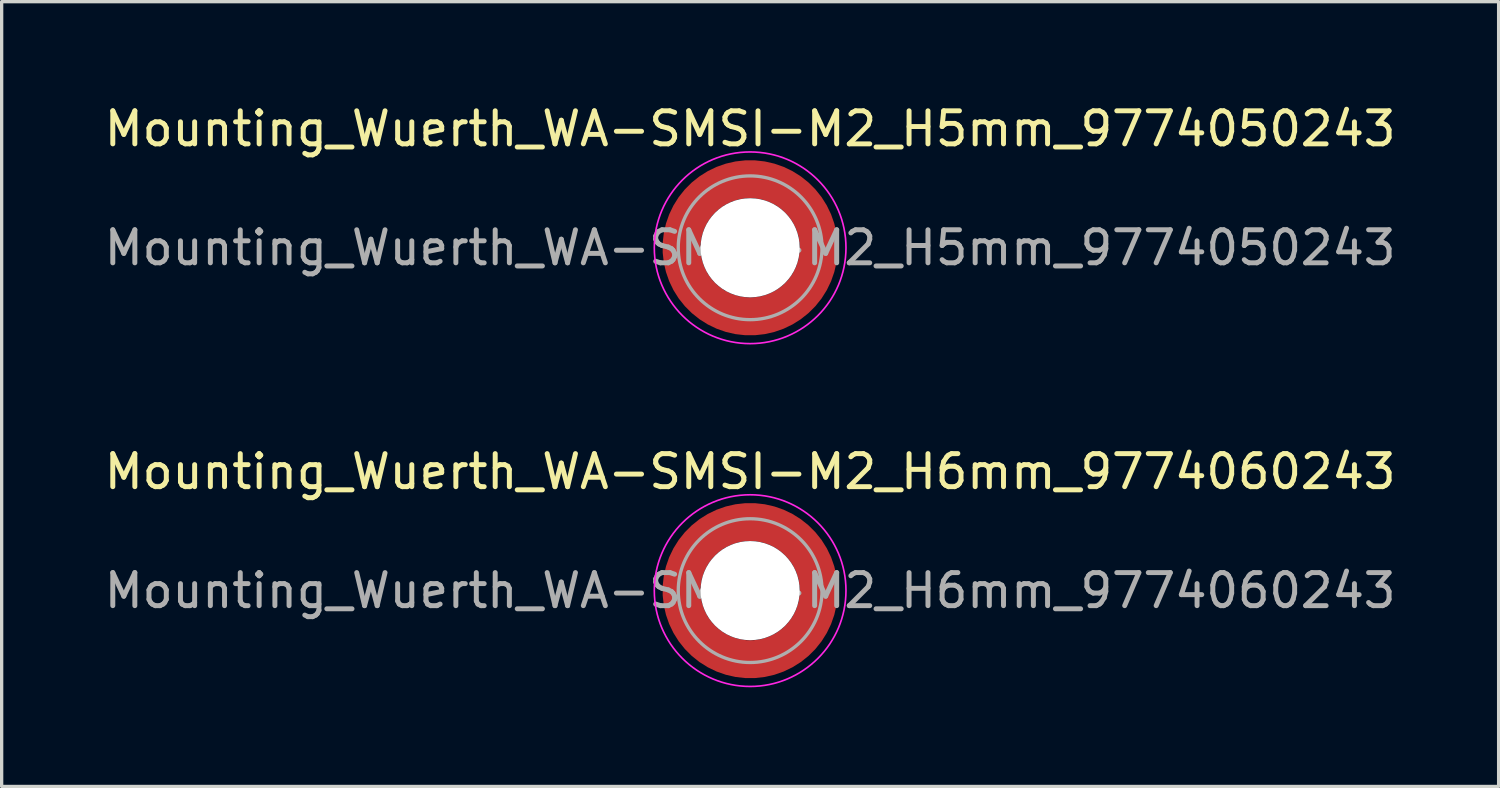
<source format=kicad_pcb>
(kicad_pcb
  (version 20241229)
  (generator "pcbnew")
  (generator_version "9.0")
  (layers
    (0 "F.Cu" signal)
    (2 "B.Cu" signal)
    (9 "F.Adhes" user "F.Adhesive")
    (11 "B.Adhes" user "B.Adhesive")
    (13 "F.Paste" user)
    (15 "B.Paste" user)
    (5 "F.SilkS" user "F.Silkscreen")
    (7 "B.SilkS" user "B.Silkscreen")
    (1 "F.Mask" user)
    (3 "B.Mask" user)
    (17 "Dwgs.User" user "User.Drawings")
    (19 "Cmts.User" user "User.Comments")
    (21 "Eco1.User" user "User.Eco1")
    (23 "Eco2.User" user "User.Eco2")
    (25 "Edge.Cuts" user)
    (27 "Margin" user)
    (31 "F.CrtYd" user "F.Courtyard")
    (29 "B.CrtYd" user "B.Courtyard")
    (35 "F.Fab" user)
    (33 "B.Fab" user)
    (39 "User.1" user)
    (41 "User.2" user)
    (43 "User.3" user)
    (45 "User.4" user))
  (footprint "Mounting_Wuerth_WA-SMSI-M2_H6mm_9774060243"
    (layer "F.Cu")
    (at 19.649 14.822)
    (property "Reference" "Mounting_Wuerth_WA-SMSI-M2_H6mm_9774060243" (at 0 -3.6 0) (layer "F.SilkS") (effects (font (size 1 1) (thickness 0.15))))
    (attr smd)
    (fp_circle (center 0 0) (end 2.9 0) (stroke (width 0.05) (type solid)) (fill no) (layer "F.CrtYd"))
    (fp_circle (center 0 0) (end 2.175 0) (stroke (width 0.1) (type solid)) (fill no) (layer "F.Fab"))
    (fp_text user "${REFERENCE}" (at 0 0 0) (layer "F.Fab") (effects (font (size 1 1) (thickness 0.15))))
    (pad "" smd custom (at -1.453 -1.453) (size 0.61 0.61) (layers "F.Paste") (options (anchor circle)) (primitives (gr_arc (start -0.147677 1.053104) (mid 0.285964 0.286792) (end 1.051968 -0.147393) (width 0.2)) (gr_arc (start -0.240295 1.053104) (mid 0.22253 0.222946) (end 1.052531 -0.24016) (width 0.2)) (gr_arc (start -0.332645 1.053104) (mid 0.158548 0.15965) (end 1.051583 -0.332304) (width 0.2)) (gr_arc (start -0.424767 1.053104) (mid 0.09486 0.096059) (end 1.051446 -0.424413) (width 0.2)) (gr_arc (start -0.516693 1.053104) (mid 0.031293 0.032346) (end 1.051645 -0.516396) (width 0.2)) (gr_arc (start -0.608448 1.053104) (mid -0.032323 -0.031316) (end 1.051707 -0.608176) (width 0.2)) (gr_arc (start -0.700056 1.053104) (mid -0.09616 -0.094758) (end 1.051155 -0.699693) (width 0.2)) (gr_arc (start -0.791534 1.053104) (mid -0.160388 -0.15781) (end 1.049515 -0.790891) (width 0.2)) (gr_arc (start -0.882896 1.053104) (mid -0.223713 -0.221764) (end 1.050388 -0.882429) (width 0.2)) (gr_arc (start -0.974157 1.053104) (mid -0.287654 -0.2851) (end 1.049541 -0.973566) (width 0.2)) (gr_line (start 1.053 -0.148) (end 1.053 -0.974) (width 0.2)) (gr_line (start -0.148 1.053) (end -0.974 1.053) (width 0.2))))
    (pad "" smd custom (at -1.453 1.453) (size 0.61 0.61) (layers "F.Paste") (options (anchor circle)) (primitives (gr_arc (start 1.053104 0.147677) (mid 0.286792 -0.285964) (end -0.147393 -1.051968) (width 0.2)) (gr_arc (start 1.053104 0.240295) (mid 0.222946 -0.22253) (end -0.24016 -1.052531) (width 0.2)) (gr_arc (start 1.053104 0.332645) (mid 0.15965 -0.158548) (end -0.332304 -1.051583) (width 0.2)) (gr_arc (start 1.053104 0.424767) (mid 0.096059 -0.09486) (end -0.424413 -1.051446) (width 0.2)) (gr_arc (start 1.053104 0.516693) (mid 0.032346 -0.031293) (end -0.516396 -1.051645) (width 0.2)) (gr_arc (start 1.053104 0.608448) (mid -0.031316 0.032323) (end -0.608176 -1.051707) (width 0.2)) (gr_arc (start 1.053104 0.700056) (mid -0.094758 0.09616) (end -0.699693 -1.051155) (width 0.2)) (gr_arc (start 1.053104 0.791534) (mid -0.15781 0.160388) (end -0.790891 -1.049515) (width 0.2)) (gr_arc (start 1.053104 0.882896) (mid -0.221765 0.223713) (end -0.882429 -1.050388) (width 0.2)) (gr_arc (start 1.053104 0.974157) (mid -0.2851 0.287654) (end -0.973566 -1.049541) (width 0.2)) (gr_line (start -0.148 -1.053) (end -0.974 -1.053) (width 0.2)) (gr_line (start 1.053 0.148) (end 1.053 0.974) (width 0.2))))
    (pad "" np_thru_hole circle (at 0 0) (size 3 3) (drill 3) (layers "*.Cu" "*.Mask"))
    (pad "" smd custom (at 1.453 -1.453) (size 0.61 0.61) (layers "F.Paste") (options (anchor circle)) (primitives (gr_arc (start -1.053104 -0.147677) (mid -0.286792 0.285964) (end 0.147393 1.051968) (width 0.2)) (gr_arc (start -1.053104 -0.240295) (mid -0.222946 0.22253) (end 0.24016 1.052531) (width 0.2)) (gr_arc (start -1.053104 -0.332645) (mid -0.15965 0.158548) (end 0.332304 1.051583) (width 0.2)) (gr_arc (start -1.053104 -0.424767) (mid -0.096059 0.09486) (end 0.424413 1.051446) (width 0.2)) (gr_arc (start -1.053104 -0.516693) (mid -0.032346 0.031293) (end 0.516396 1.051645) (width 0.2)) (gr_arc (start -1.053104 -0.608448) (mid 0.031316 -0.032323) (end 0.608176 1.051707) (width 0.2)) (gr_arc (start -1.053104 -0.700056) (mid 0.094758 -0.09616) (end 0.699693 1.051155) (width 0.2)) (gr_arc (start -1.053104 -0.791534) (mid 0.15781 -0.160388) (end 0.790891 1.049515) (width 0.2)) (gr_arc (start -1.053104 -0.882896) (mid 0.221764 -0.223713) (end 0.882429 1.050388) (width 0.2)) (gr_arc (start -1.053104 -0.974157) (mid 0.2851 -0.287654) (end 0.973566 1.049541) (width 0.2)) (gr_line (start 0.148 1.053) (end 0.974 1.053) (width 0.2)) (gr_line (start -1.053 -0.148) (end -1.053 -0.974) (width 0.2))))
    (pad "" smd custom (at 1.453 1.453) (size 0.61 0.61) (layers "F.Paste") (options (anchor circle)) (primitives (gr_arc (start 0.147677 -1.053104) (mid -0.285964 -0.286792) (end -1.051968 0.147393) (width 0.2)) (gr_arc (start 0.240295 -1.053104) (mid -0.22253 -0.222946) (end -1.052531 0.24016) (width 0.2)) (gr_arc (start 0.332645 -1.053104) (mid -0.158548 -0.15965) (end -1.051583 0.332304) (width 0.2)) (gr_arc (start 0.424767 -1.053104) (mid -0.09486 -0.096059) (end -1.051446 0.424413) (width 0.2)) (gr_arc (start 0.516693 -1.053104) (mid -0.031293 -0.032346) (end -1.051645 0.516396) (width 0.2)) (gr_arc (start 0.608448 -1.053104) (mid 0.032323 0.031316) (end -1.051707 0.608176) (width 0.2)) (gr_arc (start 0.700056 -1.053104) (mid 0.09616 0.094758) (end -1.051155 0.699693) (width 0.2)) (gr_arc (start 0.791534 -1.053104) (mid 0.160388 0.15781) (end -1.049515 0.790891) (width 0.2)) (gr_arc (start 0.882896 -1.053104) (mid 0.223713 0.221764) (end -1.050388 0.882429) (width 0.2)) (gr_arc (start 0.974157 -1.053104) (mid 0.287654 0.2851) (end -1.049541 0.973566) (width 0.2)) (gr_line (start -1.053 0.148) (end -1.053 0.974) (width 0.2)) (gr_line (start 0.148 -1.053) (end 0.974 -1.053) (width 0.2))))
    (pad "1" smd circle (at -2.075 0) (size 0.75 0.75) (layers "F.Cu"))
    (pad "1" smd circle (at 0 -2.075) (size 0.75 0.75) (layers "F.Cu"))
    (pad "1" smd circle (at 0 2.075) (size 0.75 0.75) (layers "F.Cu"))
    (pad "1" smd custom (at 2.075 0) (size 0.75 0.75) (layers "F.Cu" "F.Mask") (options (anchor circle)) (primitives (gr_circle (center -2.075 0) (end 0 0) (width 1.15) (fill no)))))
  (footprint "Mounting_Wuerth_WA-SMSI-M2_H5mm_9774050243"
    (layer "F.Cu")
    (at 19.649 4.448)
    (property "Reference" "Mounting_Wuerth_WA-SMSI-M2_H5mm_9774050243" (at 0 -3.6 0) (layer "F.SilkS") (effects (font (size 1 1) (thickness 0.15))))
    (attr smd)
    (fp_circle (center 0 0) (end 2.9 0) (stroke (width 0.05) (type solid)) (fill no) (layer "F.CrtYd"))
    (fp_circle (center 0 0) (end 2.175 0) (stroke (width 0.1) (type solid)) (fill no) (layer "F.Fab"))
    (fp_text user "${REFERENCE}" (at 0 0 0) (layer "F.Fab") (effects (font (size 1 1) (thickness 0.15))))
    (pad "" smd custom (at -1.453 -1.453) (size 0.61 0.61) (layers "F.Paste") (options (anchor circle)) (primitives (gr_arc (start -0.147677 1.053104) (mid 0.285964 0.286792) (end 1.051968 -0.147393) (width 0.2)) (gr_arc (start -0.240295 1.053104) (mid 0.22253 0.222946) (end 1.052531 -0.24016) (width 0.2)) (gr_arc (start -0.332645 1.053104) (mid 0.158548 0.15965) (end 1.051583 -0.332304) (width 0.2)) (gr_arc (start -0.424767 1.053104) (mid 0.09486 0.096059) (end 1.051446 -0.424413) (width 0.2)) (gr_arc (start -0.516693 1.053104) (mid 0.031293 0.032346) (end 1.051645 -0.516396) (width 0.2)) (gr_arc (start -0.608448 1.053104) (mid -0.032323 -0.031316) (end 1.051707 -0.608176) (width 0.2)) (gr_arc (start -0.700056 1.053104) (mid -0.09616 -0.094758) (end 1.051155 -0.699693) (width 0.2)) (gr_arc (start -0.791534 1.053104) (mid -0.160388 -0.15781) (end 1.049515 -0.790891) (width 0.2)) (gr_arc (start -0.882896 1.053104) (mid -0.223713 -0.221764) (end 1.050388 -0.882429) (width 0.2)) (gr_arc (start -0.974157 1.053104) (mid -0.287654 -0.2851) (end 1.049541 -0.973566) (width 0.2)) (gr_line (start 1.053 -0.148) (end 1.053 -0.974) (width 0.2)) (gr_line (start -0.148 1.053) (end -0.974 1.053) (width 0.2))))
    (pad "" smd custom (at -1.453 1.453) (size 0.61 0.61) (layers "F.Paste") (options (anchor circle)) (primitives (gr_arc (start 1.053104 0.147677) (mid 0.286792 -0.285964) (end -0.147393 -1.051968) (width 0.2)) (gr_arc (start 1.053104 0.240295) (mid 0.222946 -0.22253) (end -0.24016 -1.052531) (width 0.2)) (gr_arc (start 1.053104 0.332645) (mid 0.15965 -0.158548) (end -0.332304 -1.051583) (width 0.2)) (gr_arc (start 1.053104 0.424767) (mid 0.096059 -0.09486) (end -0.424413 -1.051446) (width 0.2)) (gr_arc (start 1.053104 0.516693) (mid 0.032346 -0.031293) (end -0.516396 -1.051645) (width 0.2)) (gr_arc (start 1.053104 0.608448) (mid -0.031316 0.032323) (end -0.608176 -1.051707) (width 0.2)) (gr_arc (start 1.053104 0.700056) (mid -0.094758 0.09616) (end -0.699693 -1.051155) (width 0.2)) (gr_arc (start 1.053104 0.791534) (mid -0.15781 0.160388) (end -0.790891 -1.049515) (width 0.2)) (gr_arc (start 1.053104 0.882896) (mid -0.221765 0.223713) (end -0.882429 -1.050388) (width 0.2)) (gr_arc (start 1.053104 0.974157) (mid -0.2851 0.287654) (end -0.973566 -1.049541) (width 0.2)) (gr_line (start -0.148 -1.053) (end -0.974 -1.053) (width 0.2)) (gr_line (start 1.053 0.148) (end 1.053 0.974) (width 0.2))))
    (pad "" np_thru_hole circle (at 0 0) (size 3 3) (drill 3) (layers "*.Cu" "*.Mask"))
    (pad "" smd custom (at 1.453 -1.453) (size 0.61 0.61) (layers "F.Paste") (options (anchor circle)) (primitives (gr_arc (start -1.053104 -0.147677) (mid -0.286792 0.285964) (end 0.147393 1.051968) (width 0.2)) (gr_arc (start -1.053104 -0.240295) (mid -0.222946 0.22253) (end 0.24016 1.052531) (width 0.2)) (gr_arc (start -1.053104 -0.332645) (mid -0.15965 0.158548) (end 0.332304 1.051583) (width 0.2)) (gr_arc (start -1.053104 -0.424767) (mid -0.096059 0.09486) (end 0.424413 1.051446) (width 0.2)) (gr_arc (start -1.053104 -0.516693) (mid -0.032346 0.031293) (end 0.516396 1.051645) (width 0.2)) (gr_arc (start -1.053104 -0.608448) (mid 0.031316 -0.032323) (end 0.608176 1.051707) (width 0.2)) (gr_arc (start -1.053104 -0.700056) (mid 0.094758 -0.09616) (end 0.699693 1.051155) (width 0.2)) (gr_arc (start -1.053104 -0.791534) (mid 0.15781 -0.160388) (end 0.790891 1.049515) (width 0.2)) (gr_arc (start -1.053104 -0.882896) (mid 0.221764 -0.223713) (end 0.882429 1.050388) (width 0.2)) (gr_arc (start -1.053104 -0.974157) (mid 0.2851 -0.287654) (end 0.973566 1.049541) (width 0.2)) (gr_line (start 0.148 1.053) (end 0.974 1.053) (width 0.2)) (gr_line (start -1.053 -0.148) (end -1.053 -0.974) (width 0.2))))
    (pad "" smd custom (at 1.453 1.453) (size 0.61 0.61) (layers "F.Paste") (options (anchor circle)) (primitives (gr_arc (start 0.147677 -1.053104) (mid -0.285964 -0.286792) (end -1.051968 0.147393) (width 0.2)) (gr_arc (start 0.240295 -1.053104) (mid -0.22253 -0.222946) (end -1.052531 0.24016) (width 0.2)) (gr_arc (start 0.332645 -1.053104) (mid -0.158548 -0.15965) (end -1.051583 0.332304) (width 0.2)) (gr_arc (start 0.424767 -1.053104) (mid -0.09486 -0.096059) (end -1.051446 0.424413) (width 0.2)) (gr_arc (start 0.516693 -1.053104) (mid -0.031293 -0.032346) (end -1.051645 0.516396) (width 0.2)) (gr_arc (start 0.608448 -1.053104) (mid 0.032323 0.031316) (end -1.051707 0.608176) (width 0.2)) (gr_arc (start 0.700056 -1.053104) (mid 0.09616 0.094758) (end -1.051155 0.699693) (width 0.2)) (gr_arc (start 0.791534 -1.053104) (mid 0.160388 0.15781) (end -1.049515 0.790891) (width 0.2)) (gr_arc (start 0.882896 -1.053104) (mid 0.223713 0.221764) (end -1.050388 0.882429) (width 0.2)) (gr_arc (start 0.974157 -1.053104) (mid 0.287654 0.2851) (end -1.049541 0.973566) (width 0.2)) (gr_line (start -1.053 0.148) (end -1.053 0.974) (width 0.2)) (gr_line (start 0.148 -1.053) (end 0.974 -1.053) (width 0.2))))
    (pad "1" smd circle (at -2.075 0) (size 0.75 0.75) (layers "F.Cu"))
    (pad "1" smd circle (at 0 -2.075) (size 0.75 0.75) (layers "F.Cu"))
    (pad "1" smd circle (at 0 2.075) (size 0.75 0.75) (layers "F.Cu"))
    (pad "1" smd custom (at 2.075 0) (size 0.75 0.75) (layers "F.Cu" "F.Mask") (options (anchor circle)) (primitives (gr_circle (center -2.075 0) (end 0 0) (width 1.15) (fill no)))))
  (gr_rect
    (start -3 -3)
    (end 42.298 20.747)
    (stroke (width 0.1) (type default))
    (fill no)
    (layer "Edge.Cuts")))
</source>
